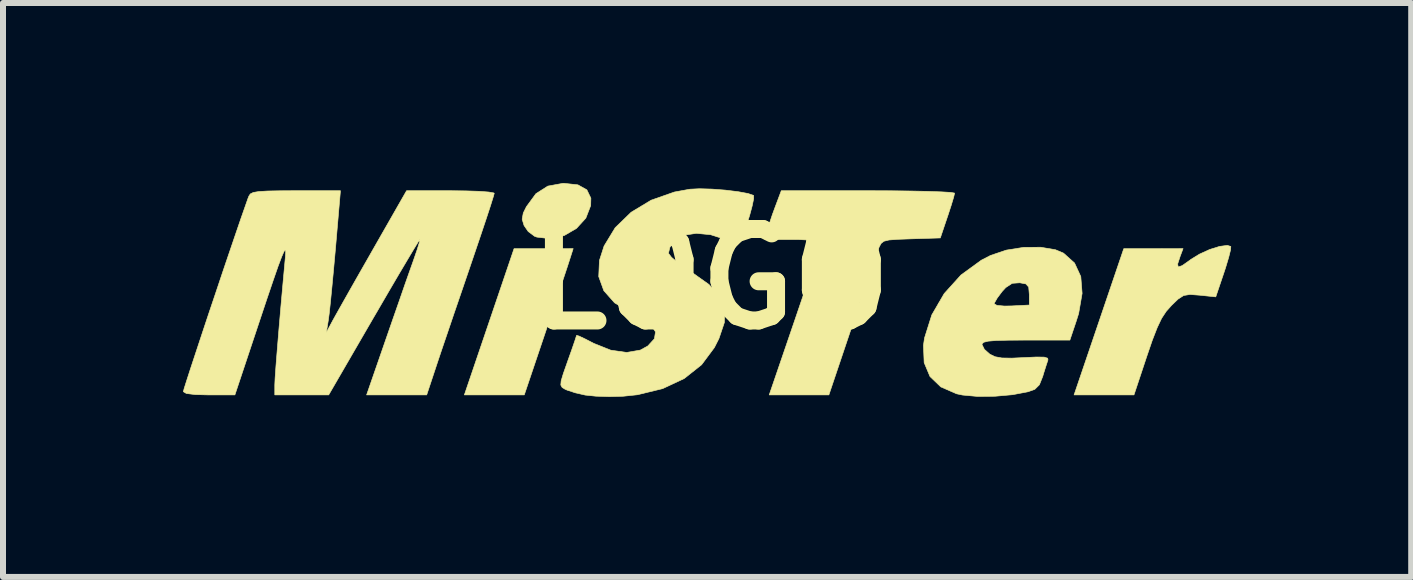
<source format=kicad_pcb>
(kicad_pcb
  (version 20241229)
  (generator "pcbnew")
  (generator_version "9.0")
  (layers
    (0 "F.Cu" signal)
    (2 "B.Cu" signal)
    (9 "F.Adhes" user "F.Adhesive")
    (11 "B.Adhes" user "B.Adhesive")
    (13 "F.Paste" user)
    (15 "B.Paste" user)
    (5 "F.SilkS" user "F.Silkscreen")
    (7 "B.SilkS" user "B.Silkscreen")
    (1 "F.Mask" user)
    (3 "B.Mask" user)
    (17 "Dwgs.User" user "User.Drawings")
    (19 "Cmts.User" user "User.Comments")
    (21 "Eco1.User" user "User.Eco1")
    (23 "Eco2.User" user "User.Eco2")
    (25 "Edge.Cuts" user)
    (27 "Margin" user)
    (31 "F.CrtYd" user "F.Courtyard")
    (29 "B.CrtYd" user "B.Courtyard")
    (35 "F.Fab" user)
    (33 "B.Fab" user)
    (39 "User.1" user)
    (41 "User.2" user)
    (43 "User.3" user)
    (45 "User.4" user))
  (footprint "LOGO"
    (layer "F.Cu")
    (at 8.793 1.601)
    (property "Reference" "LOGO" (at 0 0 0) (layer "F.SilkS") (effects (font (size 1.524 1.524) (thickness 0.3))))
    (attr through_hole)
    (fp_poly (pts (xy -2.353 -0.317) (xy -2.387 -0.212) (xy -2.448 -0.028) (xy -2.53 0.217) (xy -2.626 0.505) (xy -2.732 0.819) (xy -2.76 0.902) (xy -3.107 1.93) (xy -4.105 1.93) (xy -3.691 0.712) (xy -3.277 -0.507) (xy -2.785 -0.507) (xy -2.292 -0.508) (xy -2.353 -0.317)) (stroke (width 0.01) (type solid)) (fill yes) (layer "F.SilkS"))
    (fp_poly (pts (xy -2.213 -1.571) (xy -2.064 -1.488) (xy -1.997 -1.349) (xy -2 -1.225) (xy -2.081 -1.016) (xy -2.237 -0.845) (xy -2.441 -0.726) (xy -2.669 -0.673) (xy -2.897 -0.7) (xy -2.934 -0.713) (xy -3.041 -0.793) (xy -3.11 -0.893) (xy -3.142 -0.998) (xy -3.123 -1.102) (xy -3.071 -1.207) (xy -2.912 -1.424) (xy -2.714 -1.55) (xy -2.462 -1.596) (xy -2.445 -1.596) (xy -2.213 -1.571)) (stroke (width 0.01) (type solid)) (fill yes) (layer "F.SilkS"))
    (fp_poly (pts (xy 8.667 -0.544) (xy 8.663 -0.489) (xy 8.631 -0.361) (xy 8.578 -0.185) (xy 8.554 -0.112) (xy 8.416 0.296) (xy 8.146 0.268) (xy 7.986 0.256) (xy 7.881 0.273) (xy 7.787 0.334) (xy 7.68 0.437) (xy 7.59 0.538) (xy 7.513 0.655) (xy 7.44 0.809) (xy 7.358 1.02) (xy 7.268 1.283) (xy 7.053 1.93) (xy 6.055 1.93) (xy 6.469 0.712) (xy 6.883 -0.507) (xy 7.377 -0.507) (xy 7.871 -0.508) (xy 7.822 -0.378) (xy 7.781 -0.252) (xy 7.79 -0.202) (xy 7.857 -0.225) (xy 7.99 -0.319) (xy 7.998 -0.326) (xy 8.146 -0.417) (xy 8.316 -0.494) (xy 8.48 -0.545) (xy 8.609 -0.562) (xy 8.667 -0.544)) (stroke (width 0.01) (type solid)) (fill yes) (layer "F.SilkS"))
    (fp_poly (pts (xy 2.991 -1.472) (xy 3.327 -1.468) (xy 3.615 -1.462) (xy 3.842 -1.454) (xy 3.995 -1.445) (xy 4.062 -1.434) (xy 4.064 -1.432) (xy 4.049 -1.367) (xy 4.009 -1.234) (xy 3.952 -1.059) (xy 3.945 -1.039) (xy 3.826 -0.686) (xy 3.341 -0.671) (xy 3.116 -0.663) (xy 2.971 -0.652) (xy 2.886 -0.631) (xy 2.839 -0.594) (xy 2.808 -0.536) (xy 2.801 -0.519) (xy 2.77 -0.433) (xy 2.712 -0.266) (xy 2.632 -0.033) (xy 2.535 0.25) (xy 2.427 0.568) (xy 2.358 0.775) (xy 1.969 1.93) (xy 0.975 1.93) (xy 1.402 0.682) (xy 1.517 0.344) (xy 1.62 0.038) (xy 1.707 -0.225) (xy 1.774 -0.43) (xy 1.816 -0.564) (xy 1.829 -0.613) (xy 1.782 -0.634) (xy 1.656 -0.65) (xy 1.473 -0.659) (xy 1.366 -0.66) (xy 0.903 -0.66) (xy 0.936 -0.789) (xy 0.972 -0.909) (xy 1.029 -1.079) (xy 1.072 -1.196) (xy 1.176 -1.473) (xy 2.62 -1.473) (xy 2.991 -1.472)) (stroke (width 0.01) (type solid)) (fill yes) (layer "F.SilkS"))
    (fp_poly (pts (xy 5.746 -0.489) (xy 5.879 -0.433) (xy 6.063 -0.268) (xy 6.167 -0.043) (xy 6.189 0.238) (xy 6.131 0.574) (xy 6.091 0.701) (xy 5.985 1.016) (xy 5.253 1.016) (xy 4.961 1.018) (xy 4.756 1.023) (xy 4.624 1.034) (xy 4.551 1.052) (xy 4.523 1.078) (xy 4.521 1.091) (xy 4.56 1.17) (xy 4.65 1.25) (xy 4.737 1.293) (xy 4.851 1.314) (xy 5.019 1.317) (xy 5.212 1.308) (xy 5.427 1.298) (xy 5.557 1.3) (xy 5.615 1.318) (xy 5.62 1.346) (xy 5.591 1.434) (xy 5.547 1.573) (xy 5.533 1.621) (xy 5.477 1.761) (xy 5.4 1.837) (xy 5.288 1.877) (xy 5.031 1.926) (xy 4.738 1.952) (xy 4.447 1.955) (xy 4.197 1.932) (xy 4.097 1.911) (xy 3.834 1.796) (xy 3.654 1.623) (xy 3.557 1.392) (xy 3.545 1.105) (xy 3.563 0.981) (xy 3.684 0.597) (xy 3.791 0.413) (xy 4.724 0.413) (xy 4.771 0.438) (xy 4.893 0.449) (xy 5.016 0.447) (xy 5.309 0.432) (xy 5.309 0.254) (xy 5.299 0.133) (xy 5.252 0.08) (xy 5.15 0.061) (xy 5.024 0.07) (xy 4.917 0.14) (xy 4.858 0.204) (xy 4.774 0.316) (xy 4.727 0.399) (xy 4.724 0.413) (xy 3.791 0.413) (xy 3.891 0.241) (xy 4.171 -0.069) (xy 4.509 -0.315) (xy 4.662 -0.394) (xy 4.925 -0.483) (xy 5.215 -0.529) (xy 5.499 -0.531) (xy 5.746 -0.489)) (stroke (width 0.01) (type solid)) (fill yes) (layer "F.SilkS"))
    (fp_poly (pts (xy 0.02 -1.5) (xy 0.244 -1.483) (xy 0.456 -1.457) (xy 0.624 -1.426) (xy 0.715 -1.394) (xy 0.716 -1.341) (xy 0.691 -1.22) (xy 0.648 -1.06) (xy 0.594 -0.889) (xy 0.54 -0.735) (xy 0.492 -0.626) (xy 0.485 -0.613) (xy 0.424 -0.602) (xy 0.302 -0.636) (xy 0.24 -0.662) (xy -0.001 -0.74) (xy -0.24 -0.763) (xy -0.448 -0.731) (xy -0.599 -0.646) (xy -0.605 -0.64) (xy -0.68 -0.53) (xy -0.704 -0.432) (xy -0.703 -0.429) (xy -0.654 -0.364) (xy -0.538 -0.266) (xy -0.377 -0.152) (xy -0.305 -0.106) (xy -0.03 0.089) (xy 0.148 0.284) (xy 0.233 0.491) (xy 0.228 0.722) (xy 0.137 0.991) (xy 0.061 1.141) (xy -0.152 1.427) (xy -0.442 1.657) (xy -0.801 1.825) (xy -1.22 1.927) (xy -1.459 1.952) (xy -1.688 1.958) (xy -1.913 1.951) (xy -2.086 1.933) (xy -2.089 1.933) (xy -2.255 1.895) (xy -2.393 1.85) (xy -2.427 1.835) (xy -2.476 1.805) (xy -2.498 1.765) (xy -2.492 1.695) (xy -2.455 1.572) (xy -2.386 1.376) (xy -2.383 1.367) (xy -2.316 1.179) (xy -2.265 1.031) (xy -2.238 0.947) (xy -2.235 0.937) (xy -2.194 0.949) (xy -2.088 0.999) (xy -1.951 1.07) (xy -1.666 1.184) (xy -1.401 1.222) (xy -1.173 1.183) (xy -1.048 1.114) (xy -0.938 0.994) (xy -0.92 0.879) (xy -0.997 0.762) (xy -1.172 0.64) (xy -1.326 0.562) (xy -1.602 0.395) (xy -1.781 0.193) (xy -1.866 -0.042) (xy -1.854 -0.311) (xy -1.777 -0.551) (xy -1.592 -0.856) (xy -1.326 -1.114) (xy -0.993 -1.315) (xy -0.606 -1.451) (xy -0.349 -1.498) (xy -0.188 -1.506) (xy 0.02 -1.5)) (stroke (width 0.01) (type solid)) (fill yes) (layer "F.SilkS"))
    (fp_poly (pts (xy -6.254 -0.495) (xy -6.283 -0.176) (xy -6.311 0.122) (xy -6.336 0.378) (xy -6.357 0.573) (xy -6.372 0.686) (xy -6.405 0.889) (xy -6.296 0.686) (xy -6.238 0.582) (xy -6.139 0.406) (xy -6.008 0.174) (xy -5.854 -0.097) (xy -5.686 -0.391) (xy -5.627 -0.495) (xy -5.068 -1.473) (xy -4.337 -1.473) (xy -4.078 -1.47) (xy -3.859 -1.463) (xy -3.699 -1.451) (xy -3.615 -1.436) (xy -3.607 -1.43) (xy -3.623 -1.372) (xy -3.667 -1.231) (xy -3.736 -1.02) (xy -3.825 -0.754) (xy -3.93 -0.444) (xy -4.031 -0.147) (xy -4.155 0.216) (xy -4.277 0.572) (xy -4.389 0.902) (xy -4.486 1.187) (xy -4.56 1.408) (xy -4.594 1.511) (xy -4.733 1.93) (xy -5.734 1.93) (xy -5.404 0.978) (xy -5.293 0.658) (xy -5.184 0.346) (xy -5.086 0.063) (xy -5.005 -0.166) (xy -4.951 -0.318) (xy -4.894 -0.484) (xy -4.856 -0.606) (xy -4.845 -0.66) (xy -4.846 -0.66) (xy -4.875 -0.618) (xy -4.948 -0.499) (xy -5.059 -0.313) (xy -5.202 -0.072) (xy -5.369 0.213) (xy -5.555 0.533) (xy -5.615 0.635) (xy -6.366 1.93) (xy -7.264 1.93) (xy -7.264 1.765) (xy -7.259 1.654) (xy -7.245 1.454) (xy -7.223 1.177) (xy -7.195 0.836) (xy -7.161 0.442) (xy -7.122 0.008) (xy -7.087 -0.374) (xy -7.082 -0.455) (xy -7.089 -0.486) (xy -7.11 -0.461) (xy -7.149 -0.373) (xy -7.209 -0.214) (xy -7.291 0.022) (xy -7.4 0.343) (xy -7.493 0.622) (xy -7.929 1.93) (xy -8.359 1.93) (xy -8.591 1.924) (xy -8.737 1.906) (xy -8.788 1.876) (xy -8.788 1.875) (xy -8.773 1.819) (xy -8.729 1.68) (xy -8.662 1.473) (xy -8.575 1.21) (xy -8.475 0.907) (xy -8.365 0.576) (xy -8.249 0.232) (xy -8.134 -0.112) (xy -8.022 -0.442) (xy -7.919 -0.744) (xy -7.83 -1.005) (xy -7.758 -1.21) (xy -7.71 -1.347) (xy -7.695 -1.384) (xy -7.672 -1.419) (xy -7.622 -1.444) (xy -7.532 -1.459) (xy -7.384 -1.468) (xy -7.164 -1.472) (xy -6.915 -1.473) (xy -6.17 -1.473) (xy -6.254 -0.495)) (stroke (width 0.01) (type solid)) (fill yes) (layer "F.SilkS")))
  (gr_rect
    (start -3 -3)
    (end 20.466 6.564)
    (stroke (width 0.1) (type default))
    (fill no)
    (layer "Edge.Cuts")))
</source>
